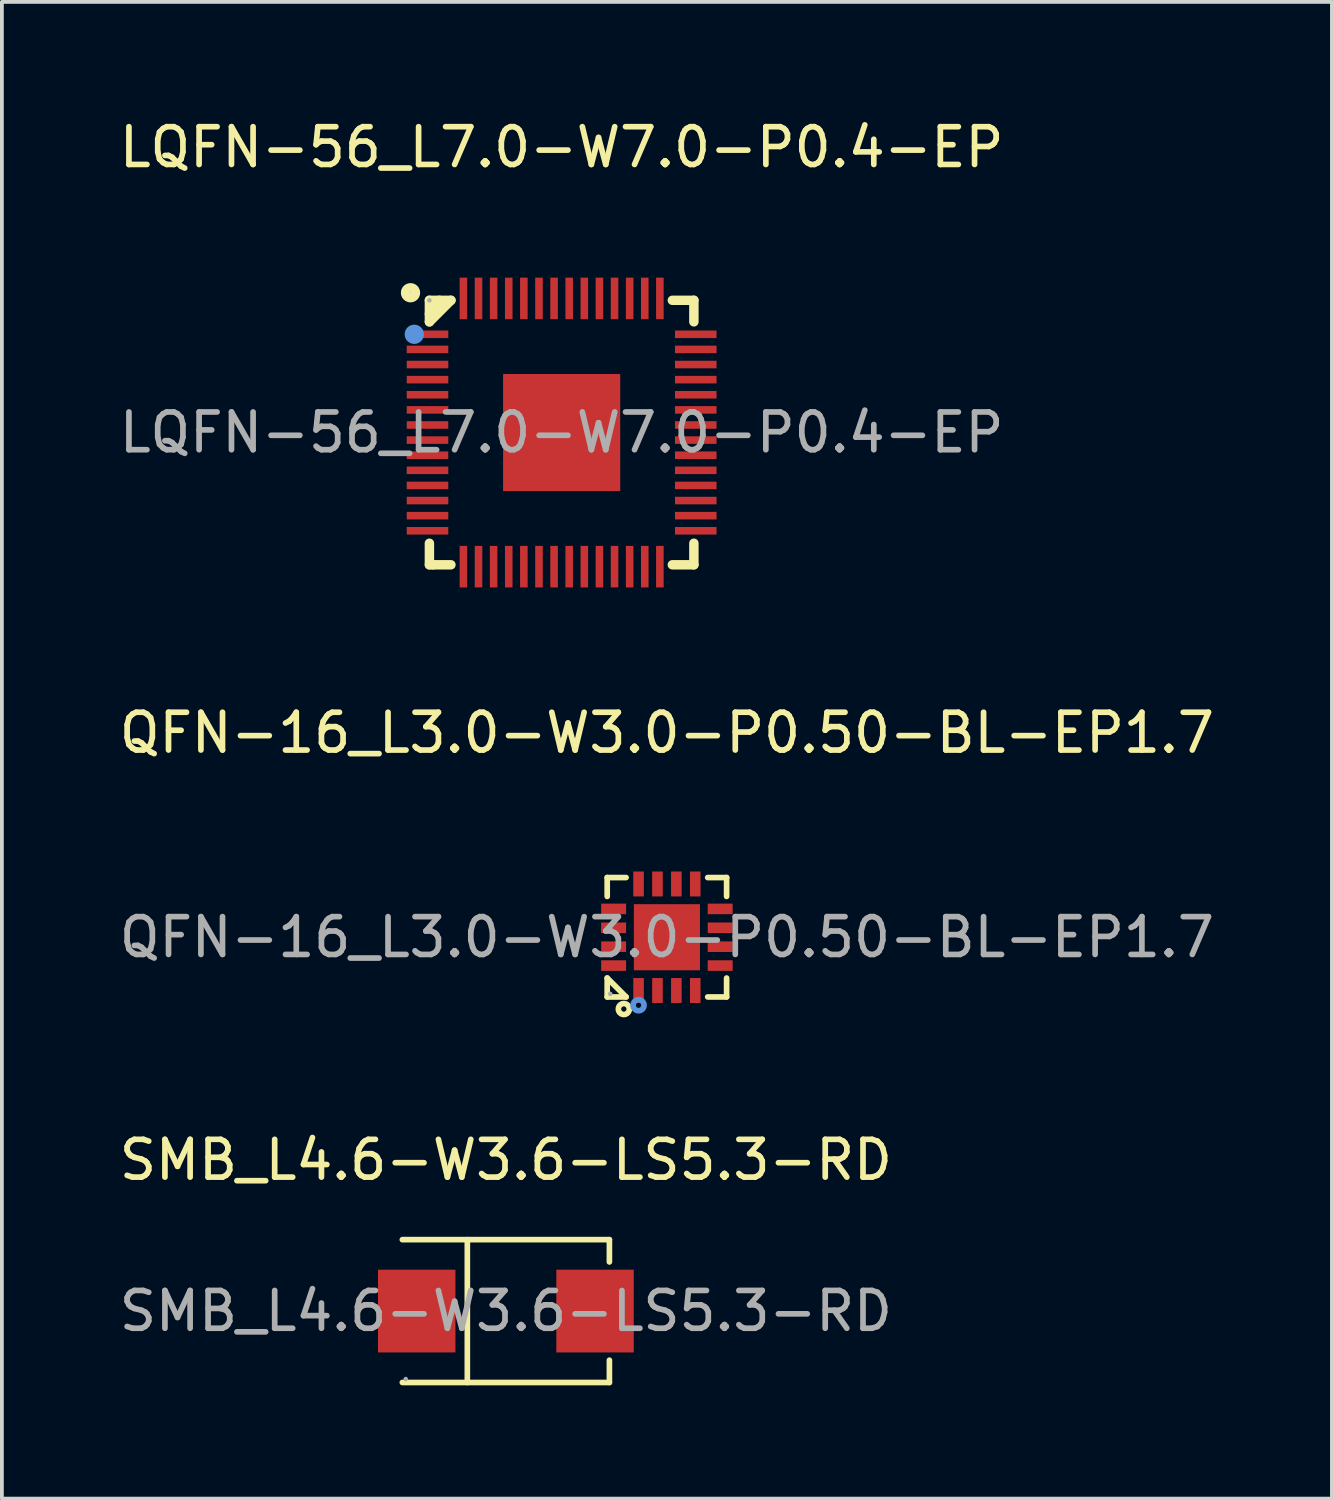
<source format=kicad_pcb>
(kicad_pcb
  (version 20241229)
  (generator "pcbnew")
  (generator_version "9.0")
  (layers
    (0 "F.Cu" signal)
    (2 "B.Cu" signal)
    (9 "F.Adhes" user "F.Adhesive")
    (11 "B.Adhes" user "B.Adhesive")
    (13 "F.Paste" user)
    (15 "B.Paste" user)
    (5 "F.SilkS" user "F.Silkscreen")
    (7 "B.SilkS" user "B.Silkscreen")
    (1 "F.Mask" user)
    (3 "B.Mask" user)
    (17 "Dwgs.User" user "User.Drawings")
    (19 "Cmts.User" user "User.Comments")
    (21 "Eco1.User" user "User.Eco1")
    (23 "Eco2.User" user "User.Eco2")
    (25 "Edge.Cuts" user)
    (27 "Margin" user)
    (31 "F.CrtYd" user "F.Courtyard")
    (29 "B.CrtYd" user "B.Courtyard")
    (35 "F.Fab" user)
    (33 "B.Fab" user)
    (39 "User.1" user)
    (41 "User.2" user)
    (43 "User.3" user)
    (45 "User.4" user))
  (footprint "QFN-16_L3.0-W3.0-P0.50-BL-EP1.7"
    (layer "F.Cu")
    (at 14.601 21.756)
    (property "Reference" "QFN-16_L3.0-W3.0-P0.50-BL-EP1.7" (at 0 -5.41 0) (layer "F.SilkS") (effects (font (size 1 1) (thickness 0.15))))
    (attr through_hole)
    (fp_line (start -1.58 -1.58) (end -1.08 -1.58) (stroke (width 0.15) (type solid)) (layer "F.SilkS"))
    (fp_line (start -1.58 -1.08) (end -1.58 -1.58) (stroke (width 0.15) (type solid)) (layer "F.SilkS"))
    (fp_line (start -1.58 1.08) (end -1.58 1.58) (stroke (width 0.15) (type solid)) (layer "F.SilkS"))
    (fp_line (start -1.58 1.58) (end -1.08 1.58) (stroke (width 0.15) (type solid)) (layer "F.SilkS"))
    (fp_line (start -1.08 1.58) (end -1.58 1.08) (stroke (width 0.15) (type solid)) (layer "F.SilkS"))
    (fp_line (start 1.58 -1.58) (end 1.08 -1.58) (stroke (width 0.15) (type solid)) (layer "F.SilkS"))
    (fp_line (start 1.58 -1.08) (end 1.58 -1.58) (stroke (width 0.15) (type solid)) (layer "F.SilkS"))
    (fp_line (start 1.58 1.08) (end 1.58 1.58) (stroke (width 0.15) (type solid)) (layer "F.SilkS"))
    (fp_line (start 1.58 1.58) (end 1.08 1.58) (stroke (width 0.15) (type solid)) (layer "F.SilkS"))
    (fp_circle (center -1.14 1.9) (end -1.07 1.9) (stroke (width 0.15) (type solid)) (fill no) (layer "F.SilkS"))
    (fp_circle (center -0.75 1.8) (end -0.68 1.8) (stroke (width 0.15) (type solid)) (fill no) (layer "Cmts.User"))
    (fp_circle (center -1.5 1.5) (end -1.47 1.5) (stroke (width 0.06) (type solid)) (fill no) (layer "F.Fab"))
    (fp_text user "${REFERENCE}" (at 0 0 0) (layer "F.Fab") (effects (font (size 1 1) (thickness 0.15))))
    (pad "1" smd rect (at -0.75 1.41) (size 0.28 0.66) (layers "F.Cu" "F.Mask" "F.Paste"))
    (pad "2" smd rect (at -0.25 1.41) (size 0.28 0.66) (layers "F.Cu" "F.Mask" "F.Paste"))
    (pad "3" smd rect (at 0.25 1.41) (size 0.28 0.66) (layers "F.Cu" "F.Mask" "F.Paste"))
    (pad "4" smd rect (at 0.75 1.41) (size 0.28 0.66) (layers "F.Cu" "F.Mask" "F.Paste"))
    (pad "5" smd rect (at 1.41 0.75) (size 0.66 0.28) (layers "F.Cu" "F.Mask" "F.Paste"))
    (pad "6" smd rect (at 1.41 0.25) (size 0.66 0.28) (layers "F.Cu" "F.Mask" "F.Paste"))
    (pad "7" smd rect (at 1.41 -0.25) (size 0.66 0.28) (layers "F.Cu" "F.Mask" "F.Paste"))
    (pad "8" smd rect (at 1.41 -0.75) (size 0.66 0.28) (layers "F.Cu" "F.Mask" "F.Paste"))
    (pad "9" smd rect (at 0.75 -1.41) (size 0.28 0.66) (layers "F.Cu" "F.Mask" "F.Paste"))
    (pad "10" smd rect (at 0.25 -1.41) (size 0.28 0.66) (layers "F.Cu" "F.Mask" "F.Paste"))
    (pad "11" smd rect (at -0.25 -1.41) (size 0.28 0.66) (layers "F.Cu" "F.Mask" "F.Paste"))
    (pad "12" smd rect (at -0.75 -1.41) (size 0.28 0.66) (layers "F.Cu" "F.Mask" "F.Paste"))
    (pad "13" smd rect (at -1.41 -0.75) (size 0.66 0.28) (layers "F.Cu" "F.Mask" "F.Paste"))
    (pad "14" smd rect (at -1.41 -0.25) (size 0.66 0.28) (layers "F.Cu" "F.Mask" "F.Paste"))
    (pad "15" smd rect (at -1.41 0.25) (size 0.66 0.28) (layers "F.Cu" "F.Mask" "F.Paste"))
    (pad "16" smd rect (at -1.41 0.75) (size 0.66 0.28) (layers "F.Cu" "F.Mask" "F.Paste"))
    (pad "17" smd rect (at 0 0) (size 1.75 1.75) (layers "F.Cu" "F.Mask" "F.Paste")))
  (footprint "SMB_L4.6-W3.6-LS5.3-RD"
    (layer "F.Cu")
    (at 10.339 31.65)
    (property "Reference" "SMB_L4.6-W3.6-LS5.3-RD" (at 0 -4 0) (layer "F.SilkS") (effects (font (size 1 1) (thickness 0.15))))
    (attr through_hole)
    (fp_line (start -2.74 -1.89) (end 2.74 -1.89) (stroke (width 0.15) (type solid)) (layer "F.SilkS"))
    (fp_line (start -2.74 1.89) (end 2.74 1.89) (stroke (width 0.15) (type solid)) (layer "F.SilkS"))
    (fp_line (start -1.02 -1.89) (end -1.02 1.89) (stroke (width 0.15) (type solid)) (layer "F.SilkS"))
    (fp_line (start 2.74 -1.89) (end 2.74 -1.3) (stroke (width 0.15) (type solid)) (layer "F.SilkS"))
    (fp_line (start 2.74 1.89) (end 2.74 1.3) (stroke (width 0.15) (type solid)) (layer "F.SilkS"))
    (fp_circle (center -2.65 1.8) (end -2.62 1.8) (stroke (width 0.06) (type solid)) (fill no) (layer "F.Fab"))
    (fp_text user "${REFERENCE}" (at 0 0 0) (layer "F.Fab") (effects (font (size 1 1) (thickness 0.15))))
    (pad "1" smd rect (at -2.36 0) (size 2.05 2.19) (layers "F.Cu" "F.Mask" "F.Paste"))
    (pad "2" smd rect (at 2.36 0) (size 2.05 2.19) (layers "F.Cu" "F.Mask" "F.Paste")))
  (footprint "LQFN-56_L7.0-W7.0-P0.4-EP"
    (layer "F.Cu")
    (at 11.815 8.398)
    (property "Reference" "LQFN-56_L7.0-W7.0-P0.4-EP" (at 0 -7.55 0) (layer "F.SilkS") (effects (font (size 1 1) (thickness 0.15))))
    (attr through_hole)
    (fp_line (start -3.5 -3.5) (end -2.93 -3.5) (stroke (width 0.25) (type solid)) (layer "F.SilkS"))
    (fp_line (start -3.5 -2.93) (end -3.5 -3.5) (stroke (width 0.25) (type solid)) (layer "F.SilkS"))
    (fp_line (start -3.5 -2.93) (end -2.93 -3.5) (stroke (width 0.25) (type solid)) (layer "F.SilkS"))
    (fp_line (start -3.5 3.5) (end -3.5 2.93) (stroke (width 0.25) (type solid)) (layer "F.SilkS"))
    (fp_line (start -3.4 3.5) (end -3.5 3.5) (stroke (width 0.25) (type solid)) (layer "F.SilkS"))
    (fp_line (start -3.24 -3.5) (end -3.24 -3.4) (stroke (width 0.25) (type solid)) (layer "F.SilkS"))
    (fp_line (start -3.24 -3.4) (end -3.5 -3.14) (stroke (width 0.25) (type solid)) (layer "F.SilkS"))
    (fp_line (start -2.93 3.5) (end -3.4 3.5) (stroke (width 0.25) (type solid)) (layer "F.SilkS"))
    (fp_line (start 2.93 -3.5) (end 3.5 -3.5) (stroke (width 0.25) (type solid)) (layer "F.SilkS"))
    (fp_line (start 3.5 -3.5) (end 3.5 -2.93) (stroke (width 0.25) (type solid)) (layer "F.SilkS"))
    (fp_line (start 3.5 2.93) (end 3.5 3.5) (stroke (width 0.25) (type solid)) (layer "F.SilkS"))
    (fp_line (start 3.5 3.5) (end 2.93 3.5) (stroke (width 0.25) (type solid)) (layer "F.SilkS"))
    (fp_circle (center -4 -3.7) (end -3.87 -3.7) (stroke (width 0.25) (type solid)) (fill no) (layer "F.SilkS"))
    (fp_circle (center -3.9 -2.6) (end -3.77 -2.6) (stroke (width 0.25) (type solid)) (fill no) (layer "Cmts.User"))
    (fp_circle (center -3.5 -3.5) (end -3.47 -3.5) (stroke (width 0.06) (type solid)) (fill no) (layer "F.Fab"))
    (fp_text user "${REFERENCE}" (at 0 0 0) (layer "F.Fab") (effects (font (size 1 1) (thickness 0.15))))
    (pad "1" smd rect (at -3.55 -2.6) (size 1.1 0.2) (layers "F.Cu" "F.Mask" "F.Paste"))
    (pad "2" smd rect (at -3.55 -2.2) (size 1.1 0.2) (layers "F.Cu" "F.Mask" "F.Paste"))
    (pad "3" smd rect (at -3.55 -1.8) (size 1.1 0.2) (layers "F.Cu" "F.Mask" "F.Paste"))
    (pad "4" smd rect (at -3.55 -1.4) (size 1.1 0.2) (layers "F.Cu" "F.Mask" "F.Paste"))
    (pad "5" smd rect (at -3.55 -1) (size 1.1 0.2) (layers "F.Cu" "F.Mask" "F.Paste"))
    (pad "6" smd rect (at -3.55 -0.6) (size 1.1 0.2) (layers "F.Cu" "F.Mask" "F.Paste"))
    (pad "7" smd rect (at -3.55 -0.2) (size 1.1 0.2) (layers "F.Cu" "F.Mask" "F.Paste"))
    (pad "8" smd rect (at -3.55 0.2) (size 1.1 0.2) (layers "F.Cu" "F.Mask" "F.Paste"))
    (pad "9" smd rect (at -3.55 0.6) (size 1.1 0.2) (layers "F.Cu" "F.Mask" "F.Paste"))
    (pad "10" smd rect (at -3.55 1) (size 1.1 0.2) (layers "F.Cu" "F.Mask" "F.Paste"))
    (pad "11" smd rect (at -3.55 1.4) (size 1.1 0.2) (layers "F.Cu" "F.Mask" "F.Paste"))
    (pad "12" smd rect (at -3.55 1.8) (size 1.1 0.2) (layers "F.Cu" "F.Mask" "F.Paste"))
    (pad "13" smd rect (at -3.55 2.2) (size 1.1 0.2) (layers "F.Cu" "F.Mask" "F.Paste"))
    (pad "14" smd rect (at -3.55 2.6) (size 1.1 0.2) (layers "F.Cu" "F.Mask" "F.Paste"))
    (pad "15" smd rect (at -2.6 3.55 90) (size 1.1 0.2) (layers "F.Cu" "F.Mask" "F.Paste"))
    (pad "16" smd rect (at -2.2 3.55 90) (size 1.1 0.2) (layers "F.Cu" "F.Mask" "F.Paste"))
    (pad "17" smd rect (at -1.8 3.55 90) (size 1.1 0.2) (layers "F.Cu" "F.Mask" "F.Paste"))
    (pad "18" smd rect (at -1.4 3.55 90) (size 1.1 0.2) (layers "F.Cu" "F.Mask" "F.Paste"))
    (pad "19" smd rect (at -1 3.55 90) (size 1.1 0.2) (layers "F.Cu" "F.Mask" "F.Paste"))
    (pad "20" smd rect (at -0.6 3.55 90) (size 1.1 0.2) (layers "F.Cu" "F.Mask" "F.Paste"))
    (pad "21" smd rect (at -0.2 3.55 90) (size 1.1 0.2) (layers "F.Cu" "F.Mask" "F.Paste"))
    (pad "22" smd rect (at 0.2 3.55 90) (size 1.1 0.2) (layers "F.Cu" "F.Mask" "F.Paste"))
    (pad "23" smd rect (at 0.6 3.55 90) (size 1.1 0.2) (layers "F.Cu" "F.Mask" "F.Paste"))
    (pad "24" smd rect (at 1 3.55 90) (size 1.1 0.2) (layers "F.Cu" "F.Mask" "F.Paste"))
    (pad "25" smd rect (at 1.4 3.55 90) (size 1.1 0.2) (layers "F.Cu" "F.Mask" "F.Paste"))
    (pad "26" smd rect (at 1.8 3.55 90) (size 1.1 0.2) (layers "F.Cu" "F.Mask" "F.Paste"))
    (pad "27" smd rect (at 2.2 3.55 90) (size 1.1 0.2) (layers "F.Cu" "F.Mask" "F.Paste"))
    (pad "28" smd rect (at 2.6 3.55 90) (size 1.1 0.2) (layers "F.Cu" "F.Mask" "F.Paste"))
    (pad "29" smd rect (at 3.55 2.6 180) (size 1.1 0.2) (layers "F.Cu" "F.Mask" "F.Paste"))
    (pad "30" smd rect (at 3.55 2.2 180) (size 1.1 0.2) (layers "F.Cu" "F.Mask" "F.Paste"))
    (pad "31" smd rect (at 3.55 1.8 180) (size 1.1 0.2) (layers "F.Cu" "F.Mask" "F.Paste"))
    (pad "32" smd rect (at 3.55 1.4 180) (size 1.1 0.2) (layers "F.Cu" "F.Mask" "F.Paste"))
    (pad "33" smd rect (at 3.55 1 180) (size 1.1 0.2) (layers "F.Cu" "F.Mask" "F.Paste"))
    (pad "34" smd rect (at 3.55 0.6 180) (size 1.1 0.2) (layers "F.Cu" "F.Mask" "F.Paste"))
    (pad "35" smd rect (at 3.55 0.2 180) (size 1.1 0.2) (layers "F.Cu" "F.Mask" "F.Paste"))
    (pad "36" smd rect (at 3.55 -0.2 180) (size 1.1 0.2) (layers "F.Cu" "F.Mask" "F.Paste"))
    (pad "37" smd rect (at 3.55 -0.6 180) (size 1.1 0.2) (layers "F.Cu" "F.Mask" "F.Paste"))
    (pad "38" smd rect (at 3.55 -1 180) (size 1.1 0.2) (layers "F.Cu" "F.Mask" "F.Paste"))
    (pad "39" smd rect (at 3.55 -1.4 180) (size 1.1 0.2) (layers "F.Cu" "F.Mask" "F.Paste"))
    (pad "40" smd rect (at 3.55 -1.8 180) (size 1.1 0.2) (layers "F.Cu" "F.Mask" "F.Paste"))
    (pad "41" smd rect (at 3.55 -2.2 180) (size 1.1 0.2) (layers "F.Cu" "F.Mask" "F.Paste"))
    (pad "42" smd rect (at 3.55 -2.6 180) (size 1.1 0.2) (layers "F.Cu" "F.Mask" "F.Paste"))
    (pad "43" smd rect (at 2.6 -3.55 270) (size 1.1 0.2) (layers "F.Cu" "F.Mask" "F.Paste"))
    (pad "44" smd rect (at 2.2 -3.55 270) (size 1.1 0.2) (layers "F.Cu" "F.Mask" "F.Paste"))
    (pad "45" smd rect (at 1.8 -3.55 270) (size 1.1 0.2) (layers "F.Cu" "F.Mask" "F.Paste"))
    (pad "46" smd rect (at 1.4 -3.55 270) (size 1.1 0.2) (layers "F.Cu" "F.Mask" "F.Paste"))
    (pad "47" smd rect (at 1 -3.55 270) (size 1.1 0.2) (layers "F.Cu" "F.Mask" "F.Paste"))
    (pad "48" smd rect (at 0.6 -3.55 270) (size 1.1 0.2) (layers "F.Cu" "F.Mask" "F.Paste"))
    (pad "49" smd rect (at 0.2 -3.55 270) (size 1.1 0.2) (layers "F.Cu" "F.Mask" "F.Paste"))
    (pad "50" smd rect (at -0.2 -3.55 270) (size 1.1 0.2) (layers "F.Cu" "F.Mask" "F.Paste"))
    (pad "51" smd rect (at -0.6 -3.55 270) (size 1.1 0.2) (layers "F.Cu" "F.Mask" "F.Paste"))
    (pad "52" smd rect (at -1 -3.55 270) (size 1.1 0.2) (layers "F.Cu" "F.Mask" "F.Paste"))
    (pad "53" smd rect (at -1.4 -3.55 270) (size 1.1 0.2) (layers "F.Cu" "F.Mask" "F.Paste"))
    (pad "54" smd rect (at -1.8 -3.55 270) (size 1.1 0.2) (layers "F.Cu" "F.Mask" "F.Paste"))
    (pad "55" smd rect (at -2.2 -3.55 270) (size 1.1 0.2) (layers "F.Cu" "F.Mask" "F.Paste"))
    (pad "56" smd rect (at -2.6 -3.55 270) (size 1.1 0.2) (layers "F.Cu" "F.Mask" "F.Paste"))
    (pad "57" smd rect (at 0 0) (size 3.1 3.1) (layers "F.Cu" "F.Mask" "F.Paste")))
  (gr_rect
    (start -3 -3)
    (end 32.202 36.615)
    (stroke (width 0.1) (type default))
    (fill no)
    (layer "Edge.Cuts")))
</source>
